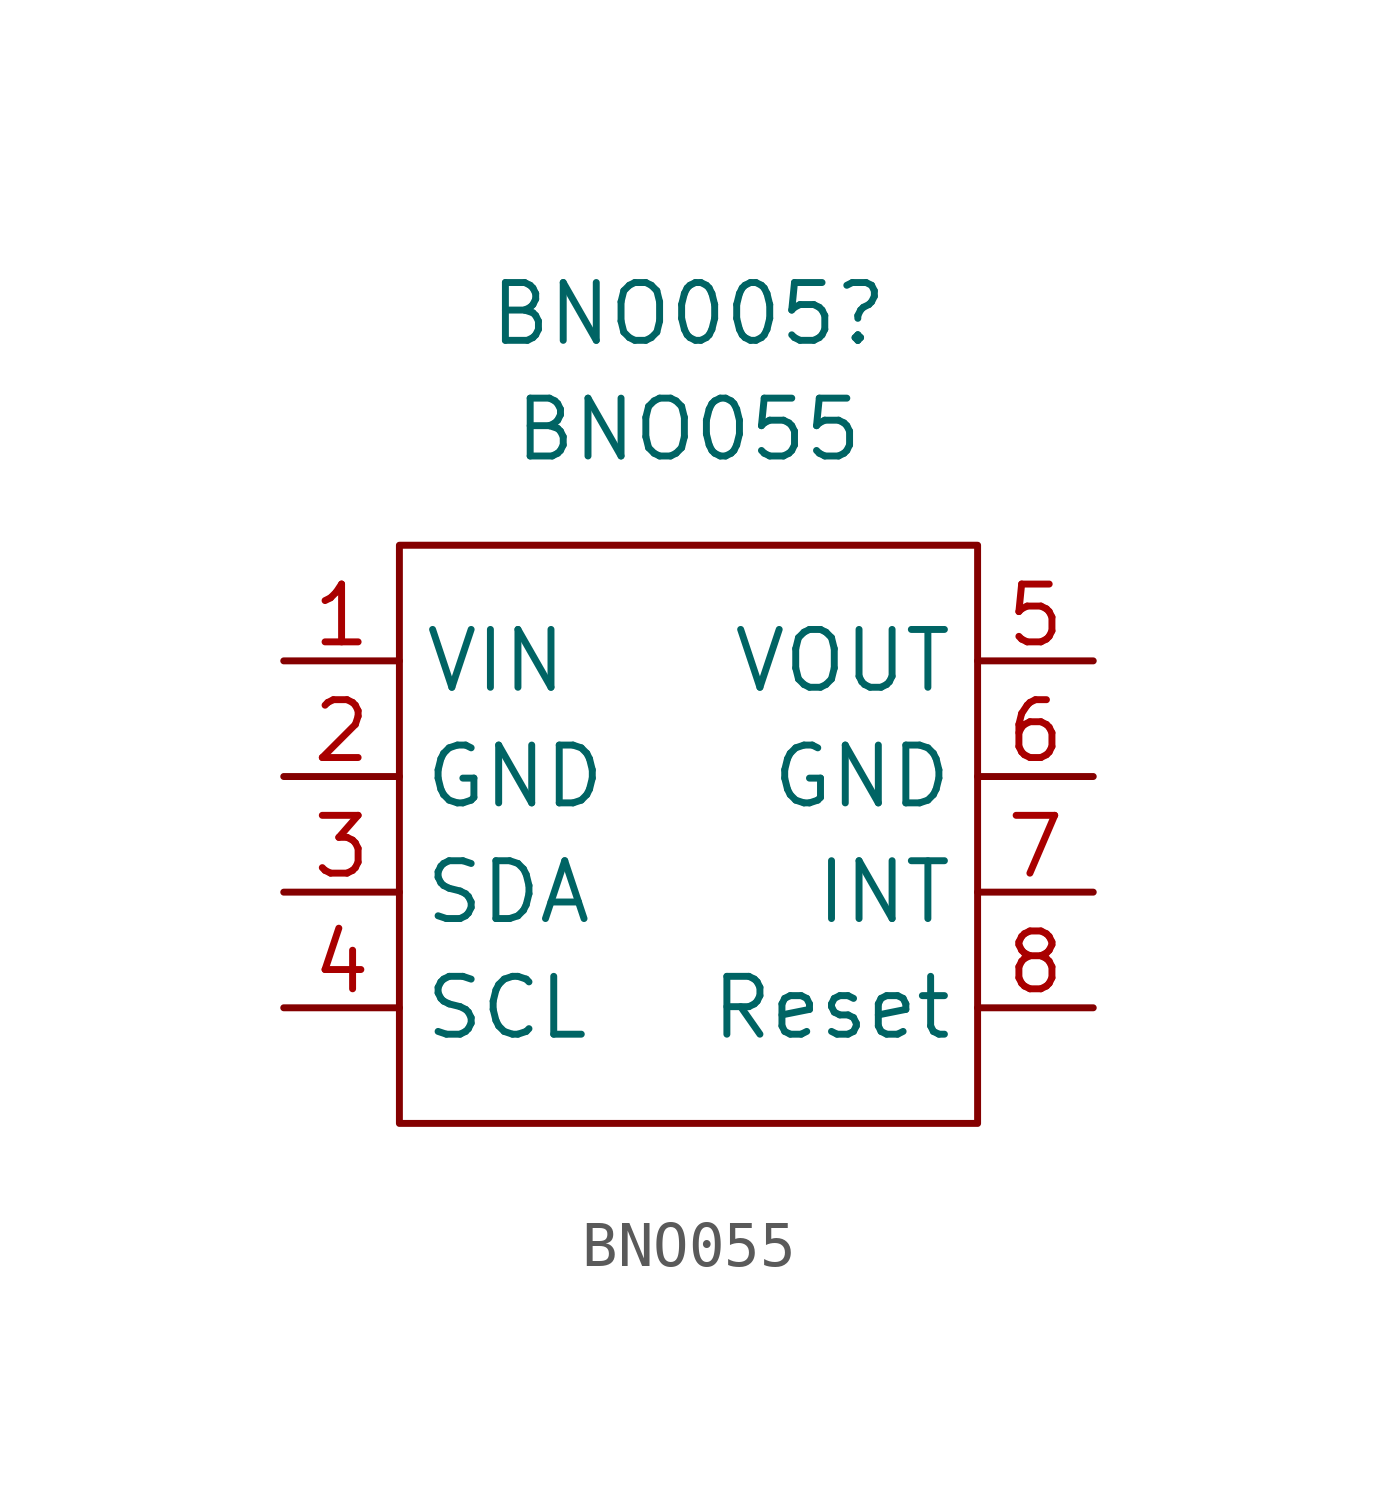
<source format=kicad_sym>
(kicad_symbol_lib
  (version 20231120)
  (generator "kicad_symbol_editor")
  (generator_version "8.0")
  (symbol "BNO055"
    (property "Reference" "BNO005"
      (at 0 8.89 0)
      (effects (font (size 1.27 1.27))))
    (property "Value" "BNO055"
      (at 0 6.35 0)
      (effects (font (size 1.27 1.27))))
    (symbol "BNO055_0_1"
      (rectangle (start -6.35 3.81) (end 6.35 -8.89) (stroke (width 0) (type default)) (fill (type none))))
    (symbol "BNO055_1_1"
      (pin input line (at -8.89 1.27 0) (length 2.54) (name "VIN" (effects (font (size 1.27 1.27)))) (number "1" (effects (font (size 1.27 1.27)))))
      (pin input line (at -8.89 -1.27 0) (length 2.54) (name "GND" (effects (font (size 1.27 1.27)))) (number "2" (effects (font (size 1.27 1.27)))))
      (pin input line (at -8.89 -3.81 0) (length 2.54) (name "SDA" (effects (font (size 1.27 1.27)))) (number "3" (effects (font (size 1.27 1.27)))))
      (pin input line (at -8.89 -6.35 0) (length 2.54) (name "SCL" (effects (font (size 1.27 1.27)))) (number "4" (effects (font (size 1.27 1.27)))))
      (pin input line (at 8.89 1.27 180) (length 2.54) (name "VOUT" (effects (font (size 1.27 1.27)))) (number "5" (effects (font (size 1.27 1.27)))))
      (pin input line (at 8.89 -1.27 180) (length 2.54) (name "GND" (effects (font (size 1.27 1.27)))) (number "6" (effects (font (size 1.27 1.27)))))
      (pin input line (at 8.89 -3.81 180) (length 2.54) (name "INT" (effects (font (size 1.27 1.27)))) (number "7" (effects (font (size 1.27 1.27)))))
      (pin input line (at 8.89 -6.35 180) (length 2.54) (name "Reset" (effects (font (size 1.27 1.27)))) (number "8" (effects (font (size 1.27 1.27))))))))
</source>
